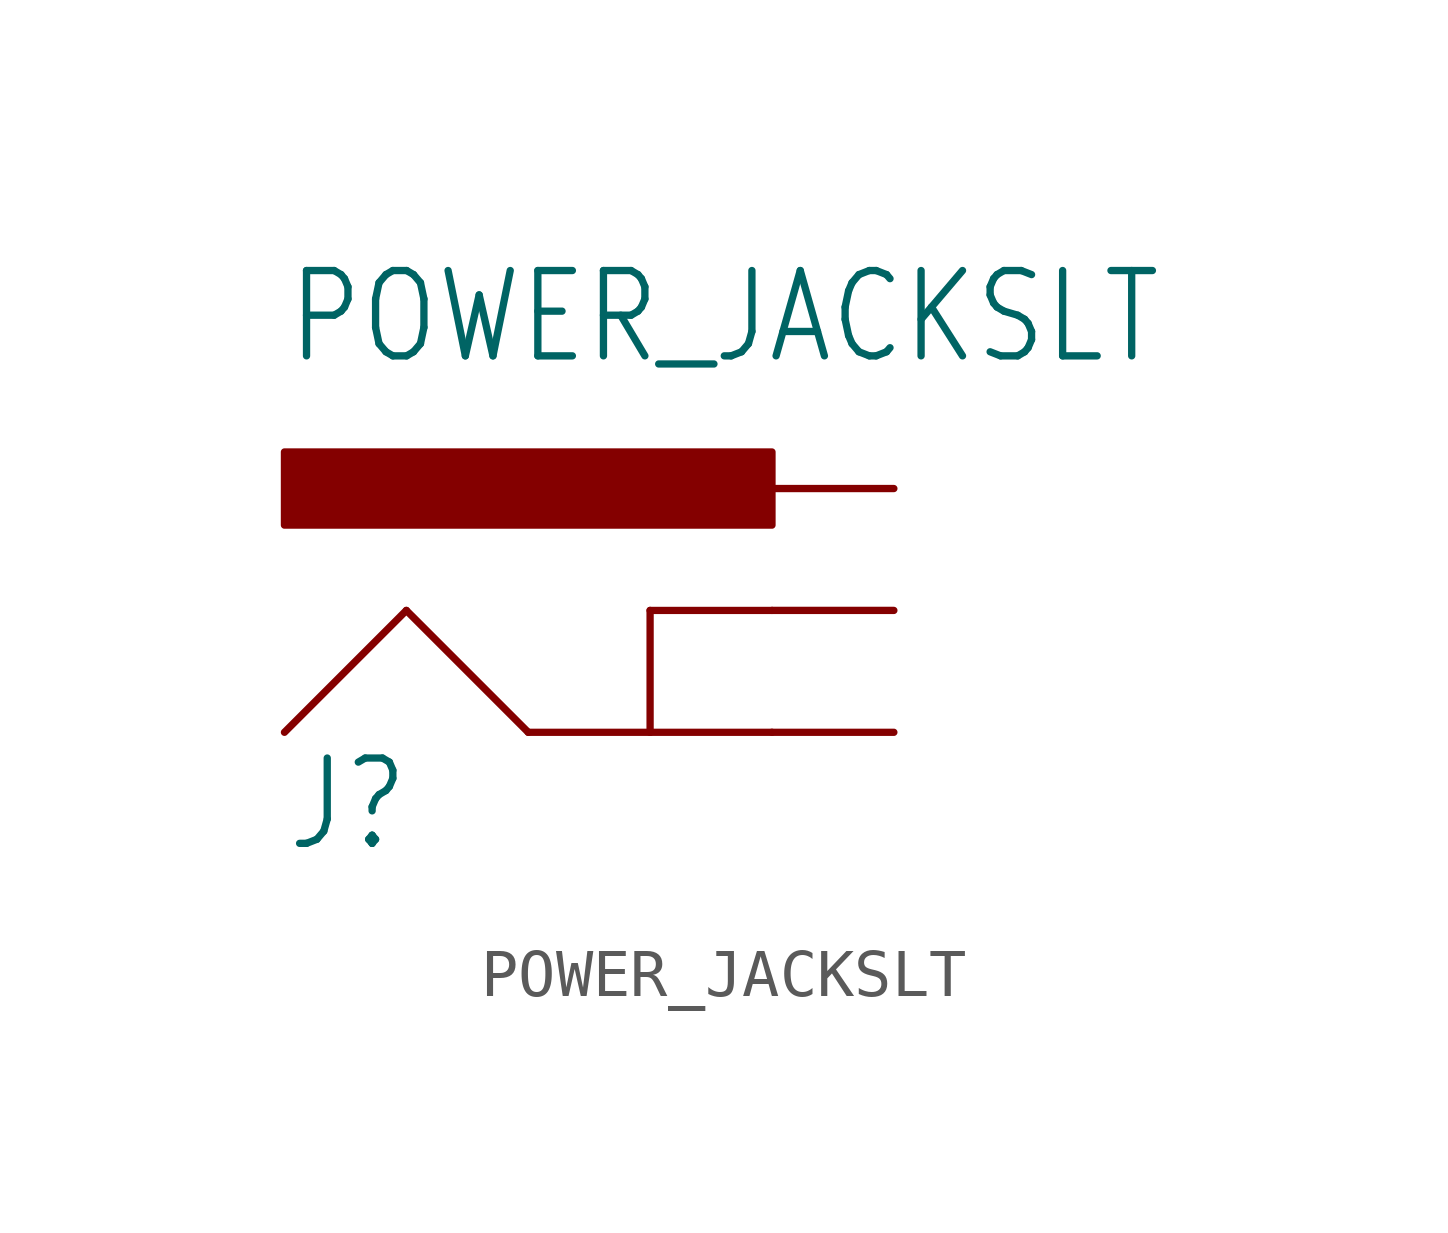
<source format=kicad_sym>
(kicad_symbol_lib
  (version 20201005)
  (generator kicad_symbol_editor)
  (symbol "POWER_JACKSLT"
    (property "Reference" "J"
      (at -10.16 0 0)
      (effects (font (size 1.778 1.511)) (justify left bottom)))
    (property "Value" "POWER_JACKSLT"
      (at -10.16 10.16 0)
      (effects (font (size 1.778 1.511)) (justify left bottom)))
    (property "ki_locked" ""
      (at 0 0 0)
      (effects (font (size 1.27 1.27))))
    (symbol "POWER_JACKSLT_1_0"
      (rectangle (start -10.16 6.858) (end 0 8.382) (stroke (width 0)) (fill (type outline)))
      (polyline (pts (xy -10.16 2.54) (xy -7.62 5.08)) (stroke (width 0.152)) (fill (type none)))
      (polyline (pts (xy -7.62 5.08) (xy -5.08 2.54)) (stroke (width 0.152)) (fill (type none)))
      (polyline (pts (xy -5.08 2.54) (xy -2.54 2.54)) (stroke (width 0.152)) (fill (type none)))
      (polyline (pts (xy -2.54 2.54) (xy 0 2.54)) (stroke (width 0.152)) (fill (type none)))
      (polyline (pts (xy -2.54 2.54) (xy -2.54 5.08)) (stroke (width 0.152)) (fill (type none)))
      (polyline (pts (xy -2.54 5.08) (xy 0 5.08)) (stroke (width 0.152)) (fill (type none)))
      (pin bidirectional line (at 2.54 5.08 180) (length 2.54) (name "GNDBREAK" (effects (font (size 0 0)))) (number "GND@1" (effects (font (size 0 0)))))
      (pin bidirectional line (at 2.54 2.54 180) (length 2.54) (name "GND" (effects (font (size 0 0)))) (number "GND@2" (effects (font (size 0 0)))))
      (pin bidirectional line (at 2.54 7.62 180) (length 2.54) (name "PWR" (effects (font (size 0 0)))) (number "PWR" (effects (font (size 0 0))))))))
</source>
